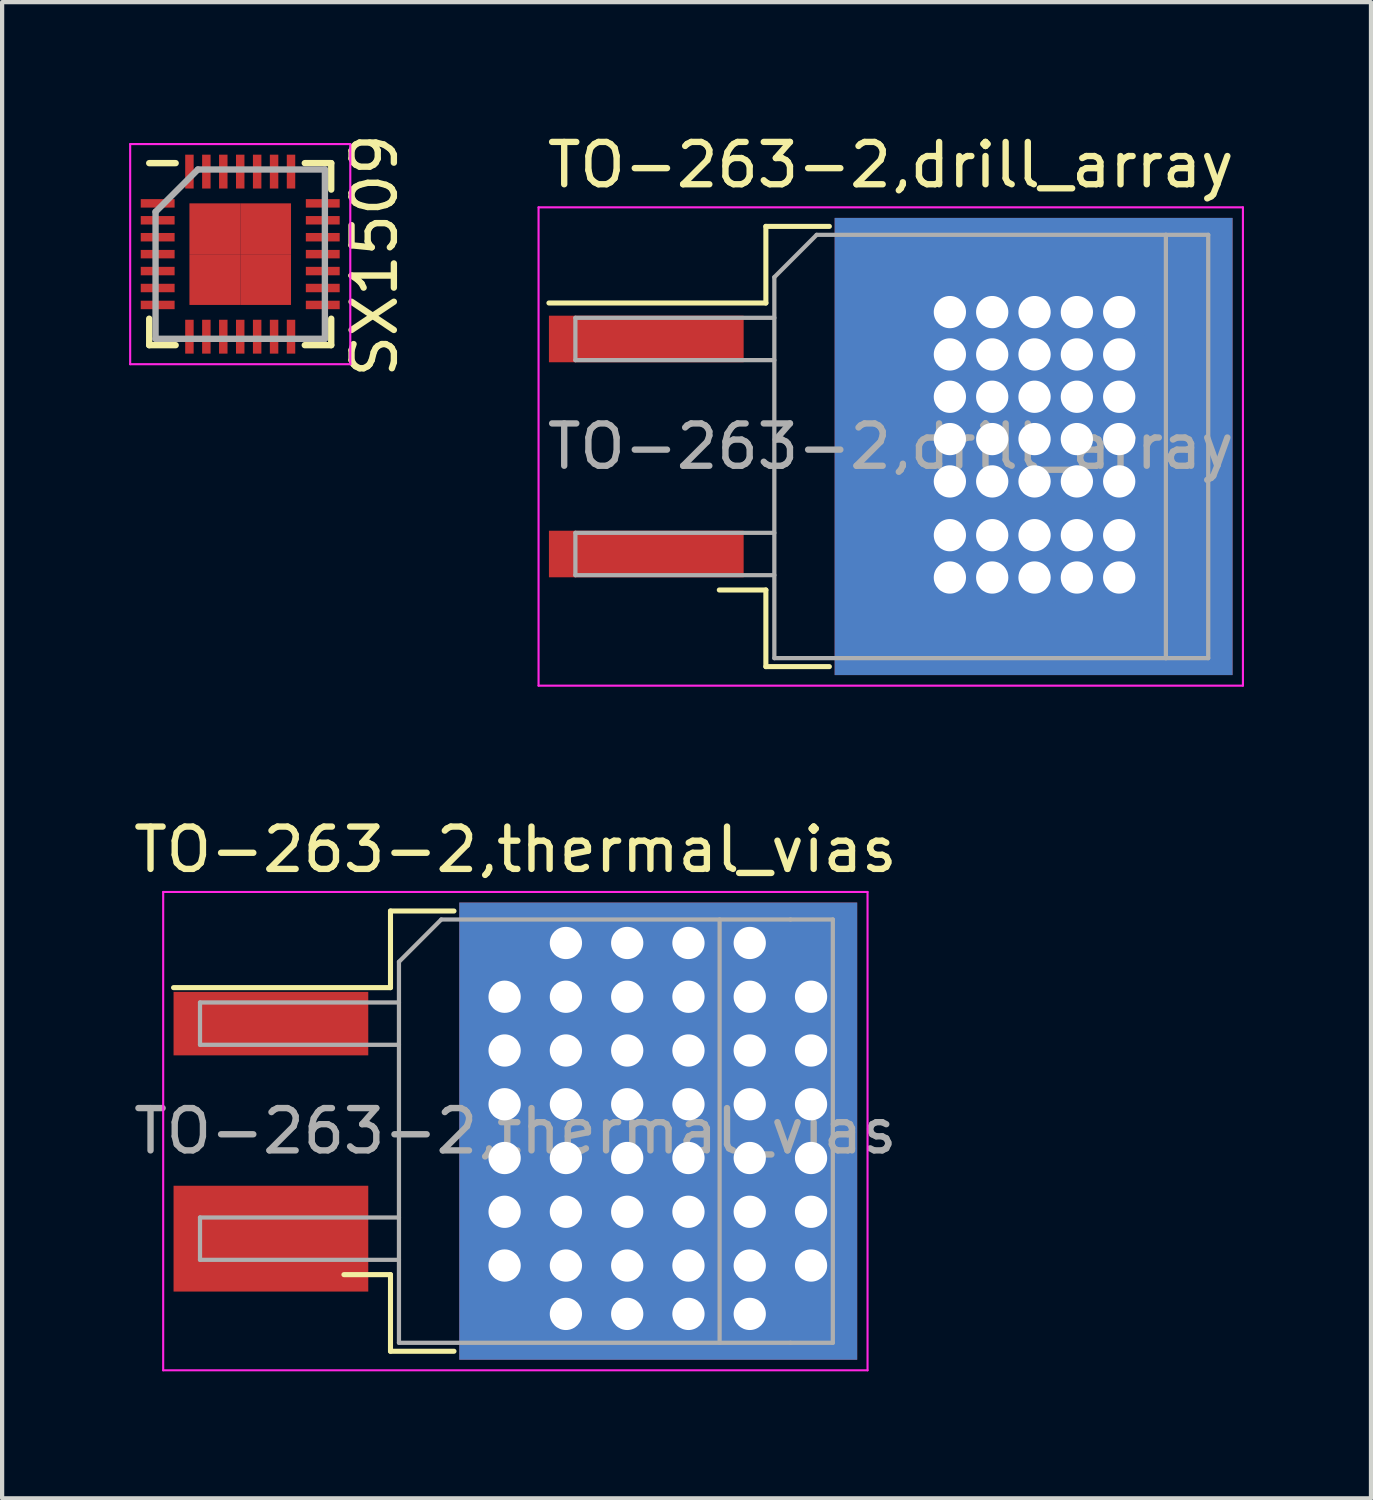
<source format=kicad_pcb>
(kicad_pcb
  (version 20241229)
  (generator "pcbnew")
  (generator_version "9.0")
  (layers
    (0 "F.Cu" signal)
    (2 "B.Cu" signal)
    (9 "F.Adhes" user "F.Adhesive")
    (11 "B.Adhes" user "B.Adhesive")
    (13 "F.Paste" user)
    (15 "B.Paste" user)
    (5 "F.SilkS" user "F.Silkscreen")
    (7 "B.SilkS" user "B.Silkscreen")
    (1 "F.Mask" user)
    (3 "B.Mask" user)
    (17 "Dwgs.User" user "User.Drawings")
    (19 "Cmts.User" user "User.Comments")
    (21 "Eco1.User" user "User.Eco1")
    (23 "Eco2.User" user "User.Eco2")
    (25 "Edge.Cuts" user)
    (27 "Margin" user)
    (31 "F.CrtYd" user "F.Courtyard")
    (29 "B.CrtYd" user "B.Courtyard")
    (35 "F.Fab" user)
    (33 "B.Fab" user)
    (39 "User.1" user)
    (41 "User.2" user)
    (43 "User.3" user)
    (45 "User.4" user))
  (footprint "TO-263-2,drill_array"
    (layer "F.Cu")
    (at 17.993 7.498)
    (property "Reference" "TO-263-2,drill_array" (at 0 -6.65 0) (layer "F.SilkS") (effects (font (size 1 1) (thickness 0.15))))
    (attr smd)
    (fp_line (start -2.95 -5.2) (end -2.95 -3.39) (stroke (width 0.12) (type solid)) (layer "F.SilkS"))
    (fp_line (start -2.95 -3.39) (end -8.075 -3.39) (stroke (width 0.12) (type solid)) (layer "F.SilkS"))
    (fp_line (start -2.95 3.39) (end -4.05 3.39) (stroke (width 0.12) (type solid)) (layer "F.SilkS"))
    (fp_line (start -2.95 5.2) (end -2.95 3.39) (stroke (width 0.12) (type solid)) (layer "F.SilkS"))
    (fp_line (start -1.45 -5.2) (end -2.95 -5.2) (stroke (width 0.12) (type solid)) (layer "F.SilkS"))
    (fp_line (start -1.45 5.2) (end -2.95 5.2) (stroke (width 0.12) (type solid)) (layer "F.SilkS"))
    (fp_line (start -8.32 -5.65) (end -8.32 5.65) (stroke (width 0.05) (type solid)) (layer "F.CrtYd"))
    (fp_line (start -8.32 5.65) (end 8.32 5.65) (stroke (width 0.05) (type solid)) (layer "F.CrtYd"))
    (fp_line (start 8.32 -5.65) (end -8.32 -5.65) (stroke (width 0.05) (type solid)) (layer "F.CrtYd"))
    (fp_line (start 8.32 5.65) (end 8.32 -5.65) (stroke (width 0.05) (type solid)) (layer "F.CrtYd"))
    (fp_line (start -7.45 -3.04) (end -7.45 -2.04) (stroke (width 0.1) (type solid)) (layer "F.Fab"))
    (fp_line (start -7.45 -2.04) (end -2.75 -2.04) (stroke (width 0.1) (type solid)) (layer "F.Fab"))
    (fp_line (start -7.45 2.04) (end -7.45 3.04) (stroke (width 0.1) (type solid)) (layer "F.Fab"))
    (fp_line (start -7.45 3.04) (end -2.75 3.04) (stroke (width 0.1) (type solid)) (layer "F.Fab"))
    (fp_line (start -2.75 -4) (end -1.75 -5) (stroke (width 0.1) (type solid)) (layer "F.Fab"))
    (fp_line (start -2.75 -3.04) (end -7.45 -3.04) (stroke (width 0.1) (type solid)) (layer "F.Fab"))
    (fp_line (start -2.75 2.04) (end -7.45 2.04) (stroke (width 0.1) (type solid)) (layer "F.Fab"))
    (fp_line (start -2.75 5) (end -2.75 -4) (stroke (width 0.1) (type solid)) (layer "F.Fab"))
    (fp_line (start -1.75 -5) (end 6.5 -5) (stroke (width 0.1) (type solid)) (layer "F.Fab"))
    (fp_line (start 6.5 -5) (end 6.5 5) (stroke (width 0.1) (type solid)) (layer "F.Fab"))
    (fp_line (start 6.5 -5) (end 7.5 -5) (stroke (width 0.1) (type solid)) (layer "F.Fab"))
    (fp_line (start 6.5 5) (end -2.75 5) (stroke (width 0.1) (type solid)) (layer "F.Fab"))
    (fp_line (start 7.5 -5) (end 7.5 5) (stroke (width 0.1) (type solid)) (layer "F.Fab"))
    (fp_line (start 7.5 5) (end 6.5 5) (stroke (width 0.1) (type solid)) (layer "F.Fab"))
    (fp_text user "${REFERENCE}" (at 0 0 0) (layer "F.Fab") (effects (font (size 1 1) (thickness 0.15))))
    (pad "" smd rect (at 0.95 -2.775) (size 4.55 5.25) (layers "F.Paste"))
    (pad "" smd rect (at 0.95 2.775) (size 4.55 5.25) (layers "F.Paste"))
    (pad "" smd rect (at 5.8 -2.775) (size 4.55 5.25) (layers "F.Paste"))
    (pad "" smd rect (at 5.8 2.775) (size 4.55 5.25) (layers "F.Paste"))
    (pad "1" smd rect (at -5.775 -2.54) (size 4.6 1.1) (layers "F.Cu" "F.Mask" "F.Paste"))
    (pad "2" thru_hole circle (at 1.397 -3.175) (size 1.524 1.524) (drill 0.762) (layers "*.Cu" "*.Mask"))
    (pad "2" thru_hole circle (at 1.397 -2.175) (size 1.524 1.524) (drill 0.762) (layers "*.Cu" "*.Mask"))
    (pad "2" thru_hole circle (at 1.397 -1.175) (size 1.524 1.524) (drill 0.762) (layers "*.Cu" "*.Mask"))
    (pad "2" thru_hole circle (at 1.397 -0.175) (size 1.524 1.524) (drill 0.762) (layers "*.Cu" "*.Mask"))
    (pad "2" thru_hole circle (at 1.397 0.825) (size 1.524 1.524) (drill 0.762) (layers "*.Cu" "*.Mask"))
    (pad "2" thru_hole circle (at 1.397 2.095) (size 1.524 1.524) (drill 0.762) (layers "*.Cu" "*.Mask"))
    (pad "2" thru_hole circle (at 1.397 3.095) (size 1.524 1.524) (drill 0.762) (layers "*.Cu" "*.Mask"))
    (pad "2" thru_hole circle (at 2.397 -3.175) (size 1.524 1.524) (drill 0.762) (layers "*.Cu" "*.Mask"))
    (pad "2" thru_hole circle (at 2.397 -2.175) (size 1.524 1.524) (drill 0.762) (layers "*.Cu" "*.Mask"))
    (pad "2" thru_hole circle (at 2.397 -1.175) (size 1.524 1.524) (drill 0.762) (layers "*.Cu" "*.Mask"))
    (pad "2" thru_hole circle (at 2.397 -0.175) (size 1.524 1.524) (drill 0.762) (layers "*.Cu" "*.Mask"))
    (pad "2" thru_hole circle (at 2.397 0.825) (size 1.524 1.524) (drill 0.762) (layers "*.Cu" "*.Mask"))
    (pad "2" thru_hole circle (at 2.397 2.095) (size 1.524 1.524) (drill 0.762) (layers "*.Cu" "*.Mask"))
    (pad "2" thru_hole circle (at 2.397 3.095) (size 1.524 1.524) (drill 0.762) (layers "*.Cu" "*.Mask"))
    (pad "2" smd rect (at 3.375 0) (size 9.4 10.8) (layers "F.Cu" "F.Mask"))
    (pad "2" smd rect (at 3.375 0) (size 9.4 10.8) (layers "F.Mask" "B.Cu"))
    (pad "2" thru_hole circle (at 3.397 -3.175) (size 1.524 1.524) (drill 0.762) (layers "*.Cu" "*.Mask"))
    (pad "2" thru_hole circle (at 3.397 -2.175) (size 1.524 1.524) (drill 0.762) (layers "*.Cu" "*.Mask"))
    (pad "2" thru_hole circle (at 3.397 -1.175) (size 1.524 1.524) (drill 0.762) (layers "*.Cu" "*.Mask"))
    (pad "2" thru_hole circle (at 3.397 -0.175) (size 1.524 1.524) (drill 0.762) (layers "*.Cu" "*.Mask"))
    (pad "2" thru_hole circle (at 3.397 0.825) (size 1.524 1.524) (drill 0.762) (layers "*.Cu" "*.Mask"))
    (pad "2" thru_hole circle (at 3.397 2.095) (size 1.524 1.524) (drill 0.762) (layers "*.Cu" "*.Mask"))
    (pad "2" thru_hole circle (at 3.397 3.095) (size 1.524 1.524) (drill 0.762) (layers "*.Cu" "*.Mask"))
    (pad "2" thru_hole circle (at 4.397 -3.175) (size 1.524 1.524) (drill 0.762) (layers "*.Cu" "*.Mask"))
    (pad "2" thru_hole circle (at 4.397 -2.175) (size 1.524 1.524) (drill 0.762) (layers "*.Cu" "*.Mask"))
    (pad "2" thru_hole circle (at 4.397 -1.175) (size 1.524 1.524) (drill 0.762) (layers "*.Cu" "*.Mask"))
    (pad "2" thru_hole circle (at 4.397 -0.175) (size 1.524 1.524) (drill 0.762) (layers "*.Cu" "*.Mask"))
    (pad "2" thru_hole circle (at 4.397 0.825) (size 1.524 1.524) (drill 0.762) (layers "*.Cu" "*.Mask"))
    (pad "2" thru_hole circle (at 4.397 2.095) (size 1.524 1.524) (drill 0.762) (layers "*.Cu" "*.Mask"))
    (pad "2" thru_hole circle (at 4.397 3.095) (size 1.524 1.524) (drill 0.762) (layers "*.Cu" "*.Mask"))
    (pad "2" thru_hole circle (at 5.397 -3.175) (size 1.524 1.524) (drill 0.762) (layers "*.Cu" "*.Mask"))
    (pad "2" thru_hole circle (at 5.397 -2.175) (size 1.524 1.524) (drill 0.762) (layers "*.Cu" "*.Mask"))
    (pad "2" thru_hole circle (at 5.397 -1.175) (size 1.524 1.524) (drill 0.762) (layers "*.Cu" "*.Mask"))
    (pad "2" thru_hole circle (at 5.397 -0.175) (size 1.524 1.524) (drill 0.762) (layers "*.Cu" "*.Mask"))
    (pad "2" thru_hole circle (at 5.397 0.825) (size 1.524 1.524) (drill 0.762) (layers "*.Cu" "*.Mask"))
    (pad "2" thru_hole circle (at 5.397 2.095) (size 1.524 1.524) (drill 0.762) (layers "*.Cu" "*.Mask"))
    (pad "2" thru_hole circle (at 5.397 3.095) (size 1.524 1.524) (drill 0.762) (layers "*.Cu" "*.Mask"))
    (pad "3" smd rect (at -5.775 2.54) (size 4.6 1.1) (layers "F.Cu" "F.Mask" "F.Paste")))
  (footprint "TO-263-2,thermal_vias"
    (layer "F.Cu")
    (at 9.125 23.672)
    (property "Reference" "TO-263-2,thermal_vias" (at 0 -6.65 0) (layer "F.SilkS") (effects (font (size 1 1) (thickness 0.15))))
    (attr smd)
    (fp_line (start -2.95 -5.2) (end -2.95 -3.39) (stroke (width 0.12) (type solid)) (layer "F.SilkS"))
    (fp_line (start -2.95 -3.39) (end -8.075 -3.39) (stroke (width 0.12) (type solid)) (layer "F.SilkS"))
    (fp_line (start -2.95 3.39) (end -4.05 3.39) (stroke (width 0.12) (type solid)) (layer "F.SilkS"))
    (fp_line (start -2.95 5.2) (end -2.95 3.39) (stroke (width 0.12) (type solid)) (layer "F.SilkS"))
    (fp_line (start -1.45 -5.2) (end -2.95 -5.2) (stroke (width 0.12) (type solid)) (layer "F.SilkS"))
    (fp_line (start -1.45 5.2) (end -2.95 5.2) (stroke (width 0.12) (type solid)) (layer "F.SilkS"))
    (fp_line (start -8.32 -5.65) (end -8.32 5.65) (stroke (width 0.05) (type solid)) (layer "F.CrtYd"))
    (fp_line (start -8.32 5.65) (end 8.32 5.65) (stroke (width 0.05) (type solid)) (layer "F.CrtYd"))
    (fp_line (start 8.32 -5.65) (end -8.32 -5.65) (stroke (width 0.05) (type solid)) (layer "F.CrtYd"))
    (fp_line (start 8.32 5.65) (end 8.32 -5.65) (stroke (width 0.05) (type solid)) (layer "F.CrtYd"))
    (fp_line (start -7.45 -3.04) (end -7.45 -2.04) (stroke (width 0.1) (type solid)) (layer "F.Fab"))
    (fp_line (start -7.45 -2.04) (end -2.75 -2.04) (stroke (width 0.1) (type solid)) (layer "F.Fab"))
    (fp_line (start -7.45 2.04) (end -7.45 3.04) (stroke (width 0.1) (type solid)) (layer "F.Fab"))
    (fp_line (start -7.45 3.04) (end -2.75 3.04) (stroke (width 0.1) (type solid)) (layer "F.Fab"))
    (fp_line (start -2.75 -4) (end -1.75 -5) (stroke (width 0.1) (type solid)) (layer "F.Fab"))
    (fp_line (start -2.75 -3.04) (end -7.45 -3.04) (stroke (width 0.1) (type solid)) (layer "F.Fab"))
    (fp_line (start -2.75 2.04) (end -7.45 2.04) (stroke (width 0.1) (type solid)) (layer "F.Fab"))
    (fp_line (start -2.75 5) (end -2.75 -4) (stroke (width 0.1) (type solid)) (layer "F.Fab"))
    (fp_line (start -1.75 -5) (end 6.5 -5) (stroke (width 0.1) (type solid)) (layer "F.Fab"))
    (fp_line (start 4.825 -5) (end 4.825 5) (stroke (width 0.1) (type solid)) (layer "F.Fab"))
    (fp_line (start 6.5 -5) (end 7.5 -5) (stroke (width 0.1) (type solid)) (layer "F.Fab"))
    (fp_line (start 6.5 5) (end -2.75 5) (stroke (width 0.1) (type solid)) (layer "F.Fab"))
    (fp_line (start 7.5 -5) (end 7.5 5) (stroke (width 0.1) (type solid)) (layer "F.Fab"))
    (fp_line (start 7.5 5) (end 6.5 5) (stroke (width 0.1) (type solid)) (layer "F.Fab"))
    (fp_text user "${REFERENCE}" (at 0 0 0) (layer "F.Fab") (effects (font (size 1 1) (thickness 0.15))))
    (pad "" smd rect (at 0.95 -2.775) (size 4.55 5.25) (layers "F.Paste"))
    (pad "" smd rect (at 0.95 2.775) (size 4.55 5.25) (layers "F.Paste"))
    (pad "" smd rect (at 5.8 -2.775) (size 4.55 5.25) (layers "F.Paste"))
    (pad "" smd rect (at 5.8 2.775) (size 4.55 5.25) (layers "F.Paste"))
    (pad "1" smd rect (at -5.775 -2.54) (size 4.6 1.5) (layers "F.Cu" "F.Mask" "F.Paste"))
    (pad "2" thru_hole rect (at -0.254 -3.175) (size 1.524 1.524) (drill 0.762) (layers "*.Cu" "*.Mask"))
    (pad "2" thru_hole rect (at -0.254 -1.905) (size 1.524 1.524) (drill 0.762) (layers "*.Cu" "*.Mask"))
    (pad "2" thru_hole rect (at -0.254 -0.635) (size 1.524 1.524) (drill 0.762) (layers "*.Cu" "*.Mask"))
    (pad "2" thru_hole rect (at -0.254 0.635) (size 1.524 1.524) (drill 0.762) (layers "*.Cu" "*.Mask"))
    (pad "2" thru_hole rect (at -0.254 1.905) (size 1.524 1.524) (drill 0.762) (layers "*.Cu" "*.Mask"))
    (pad "2" thru_hole rect (at -0.254 3.175) (size 1.524 1.524) (drill 0.762) (layers "*.Cu" "*.Mask"))
    (pad "2" thru_hole rect (at 1.194 -4.445) (size 1.524 1.524) (drill 0.762) (layers "*.Cu" "*.Mask"))
    (pad "2" thru_hole rect (at 1.194 -3.175) (size 1.524 1.524) (drill 0.762) (layers "*.Cu" "*.Mask"))
    (pad "2" thru_hole rect (at 1.194 -1.905) (size 1.524 1.524) (drill 0.762) (layers "*.Cu" "*.Mask"))
    (pad "2" thru_hole rect (at 1.194 -0.635) (size 1.524 1.524) (drill 0.762) (layers "*.Cu" "*.Mask"))
    (pad "2" thru_hole rect (at 1.194 0.635) (size 1.524 1.524) (drill 0.762) (layers "*.Cu" "*.Mask"))
    (pad "2" thru_hole rect (at 1.194 1.905) (size 1.524 1.524) (drill 0.762) (layers "*.Cu" "*.Mask"))
    (pad "2" thru_hole rect (at 1.194 3.175) (size 1.524 1.524) (drill 0.762) (layers "*.Cu" "*.Mask"))
    (pad "2" thru_hole rect (at 1.194 4.318) (size 1.524 1.524) (drill 0.762) (layers "*.Cu" "*.Mask"))
    (pad "2" thru_hole rect (at 2.642 -4.445) (size 1.524 1.524) (drill 0.762) (layers "*.Cu" "*.Mask"))
    (pad "2" thru_hole rect (at 2.642 -3.175) (size 1.524 1.524) (drill 0.762) (layers "*.Cu" "*.Mask"))
    (pad "2" thru_hole rect (at 2.642 -1.905) (size 1.524 1.524) (drill 0.762) (layers "*.Cu" "*.Mask"))
    (pad "2" thru_hole rect (at 2.642 -0.635) (size 1.524 1.524) (drill 0.762) (layers "*.Cu" "*.Mask"))
    (pad "2" thru_hole rect (at 2.642 0.635) (size 1.524 1.524) (drill 0.762) (layers "*.Cu" "*.Mask"))
    (pad "2" thru_hole rect (at 2.642 1.905) (size 1.524 1.524) (drill 0.762) (layers "*.Cu" "*.Mask"))
    (pad "2" thru_hole rect (at 2.642 3.175) (size 1.524 1.524) (drill 0.762) (layers "*.Cu" "*.Mask"))
    (pad "2" thru_hole rect (at 2.642 4.318) (size 1.524 1.524) (drill 0.762) (layers "*.Cu" "*.Mask"))
    (pad "2" smd rect (at 3.375 0) (size 9.4 10.8) (layers "F.Cu" "F.Mask"))
    (pad "2" smd rect (at 3.375 0) (size 9.4 10.8) (layers "F.Mask" "B.Cu"))
    (pad "2" thru_hole rect (at 4.089 -4.445) (size 1.524 1.524) (drill 0.762) (layers "*.Cu" "*.Mask"))
    (pad "2" thru_hole rect (at 4.089 -3.175) (size 1.524 1.524) (drill 0.762) (layers "*.Cu" "*.Mask"))
    (pad "2" thru_hole rect (at 4.089 -1.905) (size 1.524 1.524) (drill 0.762) (layers "*.Cu" "*.Mask"))
    (pad "2" thru_hole rect (at 4.089 -0.635) (size 1.524 1.524) (drill 0.762) (layers "*.Cu" "*.Mask"))
    (pad "2" thru_hole rect (at 4.089 0.635) (size 1.524 1.524) (drill 0.762) (layers "*.Cu" "*.Mask"))
    (pad "2" thru_hole rect (at 4.089 1.905) (size 1.524 1.524) (drill 0.762) (layers "*.Cu" "*.Mask"))
    (pad "2" thru_hole rect (at 4.089 3.175) (size 1.524 1.524) (drill 0.762) (layers "*.Cu" "*.Mask"))
    (pad "2" thru_hole rect (at 4.089 4.318) (size 1.524 1.524) (drill 0.762) (layers "*.Cu" "*.Mask"))
    (pad "2" thru_hole rect (at 5.537 -4.445) (size 1.524 1.524) (drill 0.762) (layers "*.Cu" "*.Mask"))
    (pad "2" thru_hole rect (at 5.537 -3.175) (size 1.524 1.524) (drill 0.762) (layers "*.Cu" "*.Mask"))
    (pad "2" thru_hole rect (at 5.537 -1.905) (size 1.524 1.524) (drill 0.762) (layers "*.Cu" "*.Mask"))
    (pad "2" thru_hole rect (at 5.537 -0.635) (size 1.524 1.524) (drill 0.762) (layers "*.Cu" "*.Mask"))
    (pad "2" thru_hole rect (at 5.537 0.635) (size 1.524 1.524) (drill 0.762) (layers "*.Cu" "*.Mask"))
    (pad "2" thru_hole rect (at 5.537 1.905) (size 1.524 1.524) (drill 0.762) (layers "*.Cu" "*.Mask"))
    (pad "2" thru_hole rect (at 5.537 3.175) (size 1.524 1.524) (drill 0.762) (layers "*.Cu" "*.Mask"))
    (pad "2" thru_hole rect (at 5.537 4.318) (size 1.524 1.524) (drill 0.762) (layers "*.Cu" "*.Mask"))
    (pad "2" thru_hole rect (at 6.985 -3.175) (size 1.524 1.524) (drill 0.762) (layers "*.Cu" "*.Mask"))
    (pad "2" thru_hole rect (at 6.985 -1.905) (size 1.524 1.524) (drill 0.762) (layers "*.Cu" "*.Mask"))
    (pad "2" thru_hole rect (at 6.985 -0.635) (size 1.524 1.524) (drill 0.762) (layers "*.Cu" "*.Mask"))
    (pad "2" thru_hole rect (at 6.985 0.635) (size 1.524 1.524) (drill 0.762) (layers "*.Cu" "*.Mask"))
    (pad "2" thru_hole rect (at 6.985 1.905) (size 1.524 1.524) (drill 0.762) (layers "*.Cu" "*.Mask"))
    (pad "2" thru_hole rect (at 6.985 3.175) (size 1.524 1.524) (drill 0.762) (layers "*.Cu" "*.Mask"))
    (pad "3" smd rect (at -5.775 2.54) (size 4.6 2.5) (layers "F.Cu" "F.Mask" "F.Paste")))
  (footprint "SX1509"
    (layer "F.Cu")
    (at 2.625 2.954)
    (property "Reference" "SX1509" (at 3.175 0.029 90) (layer "F.SilkS") (effects (font (size 1 1) (thickness 0.15))))
    (attr smd)
    (fp_line (start -2.15 -2.15) (end -1.525 -2.15) (stroke (width 0.15) (type solid)) (layer "F.SilkS"))
    (fp_line (start -2.15 2.15) (end -2.15 1.525) (stroke (width 0.15) (type solid)) (layer "F.SilkS"))
    (fp_line (start -2.15 2.15) (end -1.525 2.15) (stroke (width 0.15) (type solid)) (layer "F.SilkS"))
    (fp_line (start 2.15 -2.15) (end 1.525 -2.15) (stroke (width 0.15) (type solid)) (layer "F.SilkS"))
    (fp_line (start 2.15 -2.15) (end 2.15 -1.525) (stroke (width 0.15) (type solid)) (layer "F.SilkS"))
    (fp_line (start 2.15 2.15) (end 1.525 2.15) (stroke (width 0.15) (type solid)) (layer "F.SilkS"))
    (fp_line (start 2.15 2.15) (end 2.15 1.525) (stroke (width 0.15) (type solid)) (layer "F.SilkS"))
    (fp_line (start -2.6 -2.6) (end -2.6 2.6) (stroke (width 0.05) (type solid)) (layer "F.CrtYd"))
    (fp_line (start -2.6 -2.6) (end 2.6 -2.6) (stroke (width 0.05) (type solid)) (layer "F.CrtYd"))
    (fp_line (start -2.6 2.6) (end 2.6 2.6) (stroke (width 0.05) (type solid)) (layer "F.CrtYd"))
    (fp_line (start 2.6 -2.6) (end 2.6 2.6) (stroke (width 0.05) (type solid)) (layer "F.CrtYd"))
    (fp_line (start -2 -1) (end -1 -2) (stroke (width 0.15) (type solid)) (layer "F.Fab"))
    (fp_line (start -2 2) (end -2 -1) (stroke (width 0.15) (type solid)) (layer "F.Fab"))
    (fp_line (start -1 -2) (end 2 -2) (stroke (width 0.15) (type solid)) (layer "F.Fab"))
    (fp_line (start 2 -2) (end 2 2) (stroke (width 0.15) (type solid)) (layer "F.Fab"))
    (fp_line (start 2 2) (end -2 2) (stroke (width 0.15) (type solid)) (layer "F.Fab"))
    (pad "1" smd rect (at -1.95 -1.2) (size 0.8 0.2) (layers "F.Cu" "F.Mask" "F.Paste"))
    (pad "2" smd rect (at -1.95 -0.8) (size 0.8 0.2) (layers "F.Cu" "F.Mask" "F.Paste"))
    (pad "3" smd rect (at -1.95 -0.4) (size 0.8 0.2) (layers "F.Cu" "F.Mask" "F.Paste"))
    (pad "4" smd rect (at -1.95 0) (size 0.8 0.2) (layers "F.Cu" "F.Mask" "F.Paste"))
    (pad "5" smd rect (at -1.95 0.4) (size 0.8 0.2) (layers "F.Cu" "F.Mask" "F.Paste"))
    (pad "6" smd rect (at -1.95 0.8) (size 0.8 0.2) (layers "F.Cu" "F.Mask" "F.Paste"))
    (pad "7" smd rect (at -1.95 1.2) (size 0.8 0.2) (layers "F.Cu" "F.Mask" "F.Paste"))
    (pad "8" smd rect (at -1.2 1.95 90) (size 0.8 0.2) (layers "F.Cu" "F.Mask" "F.Paste"))
    (pad "9" smd rect (at -0.8 1.95 90) (size 0.8 0.2) (layers "F.Cu" "F.Mask" "F.Paste"))
    (pad "10" smd rect (at -0.4 1.95 90) (size 0.8 0.2) (layers "F.Cu" "F.Mask" "F.Paste"))
    (pad "11" smd rect (at 0 1.95 90) (size 0.8 0.2) (layers "F.Cu" "F.Mask" "F.Paste"))
    (pad "12" smd rect (at 0.4 1.95 90) (size 0.8 0.2) (layers "F.Cu" "F.Mask" "F.Paste"))
    (pad "13" smd rect (at 0.8 1.95 90) (size 0.8 0.2) (layers "F.Cu" "F.Mask" "F.Paste"))
    (pad "14" smd rect (at 1.2 1.95 90) (size 0.8 0.2) (layers "F.Cu" "F.Mask" "F.Paste"))
    (pad "15" smd rect (at 1.95 1.2) (size 0.8 0.2) (layers "F.Cu" "F.Mask" "F.Paste"))
    (pad "16" smd rect (at 1.95 0.8) (size 0.8 0.2) (layers "F.Cu" "F.Mask" "F.Paste"))
    (pad "17" smd rect (at 1.95 0.4) (size 0.8 0.2) (layers "F.Cu" "F.Mask" "F.Paste"))
    (pad "18" smd rect (at 1.95 0) (size 0.8 0.2) (layers "F.Cu" "F.Mask" "F.Paste"))
    (pad "19" smd rect (at 1.95 -0.4) (size 0.8 0.2) (layers "F.Cu" "F.Mask" "F.Paste"))
    (pad "20" smd rect (at 1.95 -0.8) (size 0.8 0.2) (layers "F.Cu" "F.Mask" "F.Paste"))
    (pad "21" smd rect (at 1.95 -1.2) (size 0.8 0.2) (layers "F.Cu" "F.Mask" "F.Paste"))
    (pad "22" smd rect (at 1.2 -1.95 90) (size 0.8 0.2) (layers "F.Cu" "F.Mask" "F.Paste"))
    (pad "23" smd rect (at 0.8 -1.95 90) (size 0.8 0.2) (layers "F.Cu" "F.Mask" "F.Paste"))
    (pad "24" smd rect (at 0.4 -1.95 90) (size 0.8 0.2) (layers "F.Cu" "F.Mask" "F.Paste"))
    (pad "25" smd rect (at 0 -1.95 90) (size 0.8 0.2) (layers "F.Cu" "F.Mask" "F.Paste"))
    (pad "26" smd rect (at -0.4 -1.95 90) (size 0.8 0.2) (layers "F.Cu" "F.Mask" "F.Paste"))
    (pad "27" smd rect (at -0.8 -1.95 90) (size 0.8 0.2) (layers "F.Cu" "F.Mask" "F.Paste"))
    (pad "28" smd rect (at -1.2 -1.95 90) (size 0.8 0.2) (layers "F.Cu" "F.Mask" "F.Paste"))
    (pad "29" smd rect (at -0.6 -0.6) (size 1.2 1.2) (layers "F.Cu" "F.Mask" "F.Paste"))
    (pad "29" smd rect (at -0.6 0.6) (size 1.2 1.2) (layers "F.Cu" "F.Mask" "F.Paste"))
    (pad "29" smd rect (at 0.6 -0.6) (size 1.2 1.2) (layers "F.Cu" "F.Mask" "F.Paste"))
    (pad "29" smd rect (at 0.6 0.6) (size 1.2 1.2) (layers "F.Cu" "F.Mask" "F.Paste")))
  (gr_rect
    (start -3 -3)
    (end 29.338 32.346)
    (stroke (width 0.1) (type default))
    (fill no)
    (layer "Edge.Cuts")))
</source>
